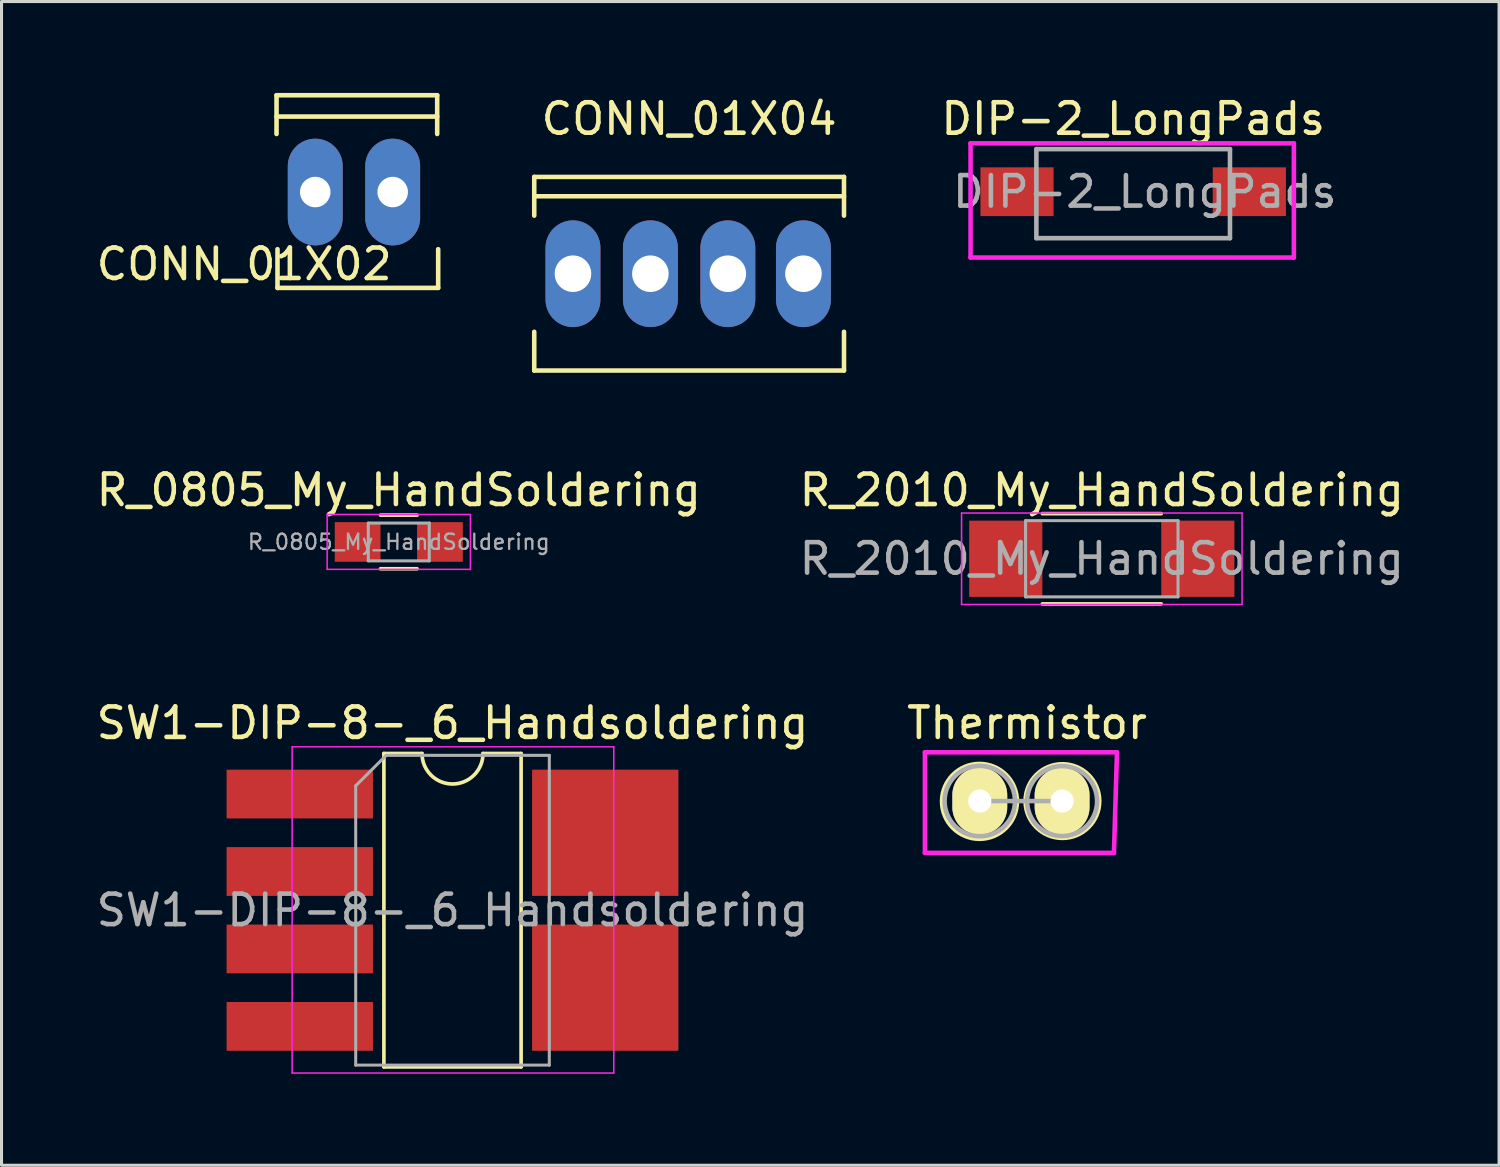
<source format=kicad_pcb>
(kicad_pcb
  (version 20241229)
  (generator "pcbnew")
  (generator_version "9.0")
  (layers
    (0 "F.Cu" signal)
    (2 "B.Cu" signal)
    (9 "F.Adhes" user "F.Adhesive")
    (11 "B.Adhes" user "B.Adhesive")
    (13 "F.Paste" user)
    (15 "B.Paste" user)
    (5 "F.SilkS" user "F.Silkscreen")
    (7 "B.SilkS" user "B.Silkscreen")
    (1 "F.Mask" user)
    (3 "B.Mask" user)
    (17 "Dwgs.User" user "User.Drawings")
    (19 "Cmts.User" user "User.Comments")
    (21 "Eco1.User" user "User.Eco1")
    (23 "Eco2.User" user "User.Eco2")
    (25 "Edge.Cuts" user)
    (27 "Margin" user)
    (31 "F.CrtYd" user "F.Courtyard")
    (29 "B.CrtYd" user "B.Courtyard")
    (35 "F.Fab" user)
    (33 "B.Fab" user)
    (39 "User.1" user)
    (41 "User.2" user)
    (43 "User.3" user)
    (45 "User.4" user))
  (footprint "R_2010_My_HandSoldering"
    (layer "F.Cu")
    (at 33.089 15.277)
    (property "Reference" "R_2010_My_HandSoldering" (at 0 -2.25 0) (layer "F.SilkS") (effects (font (size 1 1) (thickness 0.15))))
    (attr smd)
    (fp_line (start -1.95 -1.48) (end 1.95 -1.48) (stroke (width 0.12) (type solid)) (layer "F.SilkS"))
    (fp_line (start 1.95 1.48) (end -1.95 1.48) (stroke (width 0.12) (type solid)) (layer "F.SilkS"))
    (fp_line (start -4.6 -1.5) (end -4.6 1.5) (stroke (width 0.05) (type solid)) (layer "F.CrtYd"))
    (fp_line (start -4.6 -1.5) (end 4.6 -1.5) (stroke (width 0.05) (type solid)) (layer "F.CrtYd"))
    (fp_line (start 4.6 1.5) (end -4.6 1.5) (stroke (width 0.05) (type solid)) (layer "F.CrtYd"))
    (fp_line (start 4.6 1.5) (end 4.6 -1.5) (stroke (width 0.05) (type solid)) (layer "F.CrtYd"))
    (fp_line (start -2.5 -1.25) (end 2.5 -1.25) (stroke (width 0.1) (type solid)) (layer "F.Fab"))
    (fp_line (start -2.5 1.25) (end -2.5 -1.25) (stroke (width 0.1) (type solid)) (layer "F.Fab"))
    (fp_line (start 2.5 -1.25) (end 2.5 1.25) (stroke (width 0.1) (type solid)) (layer "F.Fab"))
    (fp_line (start 2.5 1.25) (end -2.5 1.25) (stroke (width 0.1) (type solid)) (layer "F.Fab"))
    (fp_text user "${REFERENCE}" (at 0 0 0) (layer "F.Fab") (effects (font (size 1 1) (thickness 0.15))))
    (pad "1" smd rect (at -3.15 0) (size 2.4 2.5) (layers "F.Cu" "F.Mask" "F.Paste"))
    (pad "2" smd rect (at 3.15 0) (size 2.4 2.5) (layers "F.Cu" "F.Mask" "F.Paste")))
  (footprint "R_0805_My_HandSoldering"
    (layer "F.Cu")
    (at 10.03 14.726)
    (property "Reference" "R_0805_My_HandSoldering" (at 0 -1.7 0) (layer "F.SilkS") (effects (font (size 1 1) (thickness 0.15))))
    (attr smd)
    (fp_line (start -0.6 -0.88) (end 0.6 -0.88) (stroke (width 0.12) (type solid)) (layer "F.SilkS"))
    (fp_line (start 0.6 0.88) (end -0.6 0.88) (stroke (width 0.12) (type solid)) (layer "F.SilkS"))
    (fp_line (start -2.35 -0.9) (end -2.35 0.9) (stroke (width 0.05) (type solid)) (layer "F.CrtYd"))
    (fp_line (start -2.35 -0.9) (end 2.35 -0.9) (stroke (width 0.05) (type solid)) (layer "F.CrtYd"))
    (fp_line (start 2.35 0.9) (end -2.35 0.9) (stroke (width 0.05) (type solid)) (layer "F.CrtYd"))
    (fp_line (start 2.35 0.9) (end 2.35 -0.9) (stroke (width 0.05) (type solid)) (layer "F.CrtYd"))
    (fp_line (start -1 -0.62) (end 1 -0.62) (stroke (width 0.1) (type solid)) (layer "F.Fab"))
    (fp_line (start -1 0.62) (end -1 -0.62) (stroke (width 0.1) (type solid)) (layer "F.Fab"))
    (fp_line (start 1 -0.62) (end 1 0.62) (stroke (width 0.1) (type solid)) (layer "F.Fab"))
    (fp_line (start 1 0.62) (end -1 0.62) (stroke (width 0.1) (type solid)) (layer "F.Fab"))
    (fp_text user "${REFERENCE}" (at 0 0 0) (layer "F.Fab") (effects (font (size 0.5 0.5) (thickness 0.075))))
    (pad "1" smd rect (at -1.35 0) (size 1.5 1.3) (layers "F.Cu" "F.Mask" "F.Paste"))
    (pad "2" smd rect (at 1.35 0) (size 1.5 1.3) (layers "F.Cu" "F.Mask" "F.Paste")))
  (footprint "CONN_01X04"
    (layer "F.Cu")
    (at 19.553 5.928)
    (property "Reference" "CONN_01X04" (at 0 -5.08 0) (layer "F.SilkS") (effects (font (size 1 1) (thickness 0.15))))
    (attr through_hole)
    (fp_line (start -5.08 -3.175) (end 5.08 -3.175) (stroke (width 0.15) (type solid)) (layer "F.SilkS"))
    (fp_line (start -5.08 -1.905) (end -5.08 -3.175) (stroke (width 0.15) (type solid)) (layer "F.SilkS"))
    (fp_line (start -5.08 3.175) (end -5.08 1.905) (stroke (width 0.15) (type solid)) (layer "F.SilkS"))
    (fp_line (start 5.08 -3.175) (end 5.08 -1.905) (stroke (width 0.15) (type solid)) (layer "F.SilkS"))
    (fp_line (start 5.08 -2.54) (end -5.08 -2.54) (stroke (width 0.15) (type solid)) (layer "F.SilkS"))
    (fp_line (start 5.08 1.905) (end 5.08 3.175) (stroke (width 0.15) (type solid)) (layer "F.SilkS"))
    (fp_line (start 5.08 3.175) (end -5.08 3.175) (stroke (width 0.15) (type solid)) (layer "F.SilkS"))
    (pad "1" thru_hole oval (at -3.81 0) (size 1.801 3.5) (drill 1.199) (layers "*.Cu" "*.Mask"))
    (pad "2" thru_hole oval (at -1.27 0) (size 1.801 3.5) (drill 1.199) (layers "*.Cu" "*.Mask"))
    (pad "3" thru_hole oval (at 1.27 0) (size 1.801 3.5) (drill 1.199) (layers "*.Cu" "*.Mask"))
    (pad "4" thru_hole oval (at 3.75 0) (size 1.801 3.5) (drill 1.199) (layers "*.Cu" "*.Mask")))
  (footprint "DIP-2_LongPads"
    (layer "F.Cu")
    (at 30.308 3.238)
    (property "Reference" "DIP-2_LongPads" (at 3.81 -2.39 0) (layer "F.SilkS") (effects (font (size 1 1) (thickness 0.15))))
    (attr through_hole)
    (fp_line (start -1.524 -1.587) (end 9.081 -1.587) (stroke (width 0.15) (type solid)) (layer "F.CrtYd"))
    (fp_line (start -1.524 2.159) (end -1.524 -1.587) (stroke (width 0.15) (type solid)) (layer "F.CrtYd"))
    (fp_line (start 9.081 -1.587) (end 9.081 2.159) (stroke (width 0.15) (type solid)) (layer "F.CrtYd"))
    (fp_line (start 9.081 2.159) (end -1.524 2.159) (stroke (width 0.15) (type solid)) (layer "F.CrtYd"))
    (fp_line (start 0.635 -1.397) (end 0.635 1.524) (stroke (width 0.15) (type solid)) (layer "F.Fab"))
    (fp_line (start 6.985 -1.397) (end 0.635 -1.397) (stroke (width 0.15) (type solid)) (layer "F.Fab"))
    (fp_line (start 6.985 1.524) (end 0.635 1.524) (stroke (width 0.15) (type solid)) (layer "F.Fab"))
    (fp_line (start 6.985 1.524) (end 6.985 -1.397) (stroke (width 0.15) (type solid)) (layer "F.Fab"))
    (fp_text user "${REFERENCE}" (at 4.191 0 0) (layer "F.Fab") (effects (font (size 1 1) (thickness 0.15))))
    (pad "1" smd rect (at 0 0) (size 2.4 1.6) (layers "F.Cu" "F.Mask" "F.Paste"))
    (pad "2" smd rect (at 7.62 0) (size 2.4 1.6) (layers "F.Cu" "F.Mask" "F.Paste")))
  (footprint "SW1-DIP-8-_6_Handsoldering"
    (layer "F.Cu")
    (at 7.982 22.995)
    (property "Reference" "SW1-DIP-8-_6_Handsoldering" (at 3.81 -2.33 0) (layer "F.SilkS") (effects (font (size 1 1) (thickness 0.15))))
    (attr through_hole)
    (fp_line (start 1.56 -1.33) (end 1.56 8.95) (stroke (width 0.12) (type solid)) (layer "F.SilkS"))
    (fp_line (start 1.56 8.95) (end 6.06 8.95) (stroke (width 0.12) (type solid)) (layer "F.SilkS"))
    (fp_line (start 2.81 -1.33) (end 1.56 -1.33) (stroke (width 0.12) (type solid)) (layer "F.SilkS"))
    (fp_line (start 6.06 -1.33) (end 4.81 -1.33) (stroke (width 0.12) (type solid)) (layer "F.SilkS"))
    (fp_line (start 6.06 8.95) (end 6.06 -1.33) (stroke (width 0.12) (type solid)) (layer "F.SilkS"))
    (fp_arc (start 4.81 -1.33) (mid 3.81 -0.33) (end 2.81 -1.33) (stroke (width 0.12) (type solid)) (layer "F.SilkS"))
    (fp_line (start -1.45 -1.55) (end -1.45 9.15) (stroke (width 0.05) (type solid)) (layer "F.CrtYd"))
    (fp_line (start -1.45 9.15) (end 9.1 9.15) (stroke (width 0.05) (type solid)) (layer "F.CrtYd"))
    (fp_line (start 9.1 -1.55) (end -1.45 -1.55) (stroke (width 0.05) (type solid)) (layer "F.CrtYd"))
    (fp_line (start 9.1 9.15) (end 9.1 -1.55) (stroke (width 0.05) (type solid)) (layer "F.CrtYd"))
    (fp_line (start 0.635 -0.27) (end 1.635 -1.27) (stroke (width 0.1) (type solid)) (layer "F.Fab"))
    (fp_line (start 0.635 8.89) (end 0.635 -0.27) (stroke (width 0.1) (type solid)) (layer "F.Fab"))
    (fp_line (start 1.635 -1.27) (end 6.985 -1.27) (stroke (width 0.1) (type solid)) (layer "F.Fab"))
    (fp_line (start 6.985 -1.27) (end 6.985 8.89) (stroke (width 0.1) (type solid)) (layer "F.Fab"))
    (fp_line (start 6.985 8.89) (end 0.635 8.89) (stroke (width 0.1) (type solid)) (layer "F.Fab"))
    (fp_text user "${REFERENCE}" (at 3.81 3.81 0) (layer "F.Fab") (effects (font (size 1 1) (thickness 0.15))))
    (pad "1" smd rect (at -1.2 7.62) (size 4.8 1.6) (layers "F.Cu" "F.Mask" "F.Paste"))
    (pad "2" smd rect (at 8.82 6.35) (size 4.8 4.14) (layers "F.Cu" "F.Mask" "F.Paste"))
    (pad "3" smd rect (at -1.2 5.08) (size 4.8 1.6) (layers "F.Cu" "F.Mask" "F.Paste"))
    (pad "4" smd rect (at -1.2 2.54) (size 4.8 1.6) (layers "F.Cu" "F.Mask" "F.Paste"))
    (pad "5" smd rect (at 8.82 1.27) (size 4.8 4.14) (layers "F.Cu" "F.Mask" "F.Paste"))
    (pad "6" smd rect (at -1.2 0) (size 4.8 1.6) (layers "F.Cu" "F.Mask" "F.Paste")))
  (footprint "CONN_01X02"
    (layer "F.Cu")
    (at 8.433 3.313)
    (property "Reference" "CONN_01X02" (at -3.475 2.3 0) (layer "F.SilkS") (effects (font (size 1 1) (thickness 0.15))))
    (attr through_hole)
    (fp_line (start -2.413 -3.239) (end 2.857 -3.239) (stroke (width 0.15) (type solid)) (layer "F.SilkS"))
    (fp_line (start -2.413 -2.54) (end 2.857 -2.54) (stroke (width 0.15) (type solid)) (layer "F.SilkS"))
    (fp_line (start -2.413 -1.968) (end -2.413 -3.239) (stroke (width 0.15) (type solid)) (layer "F.SilkS"))
    (fp_line (start -2.381 3.08) (end -2.381 1.81) (stroke (width 0.15) (type solid)) (layer "F.SilkS"))
    (fp_line (start 2.857 -3.239) (end 2.857 -1.968) (stroke (width 0.15) (type solid)) (layer "F.SilkS"))
    (fp_line (start 2.889 1.81) (end 2.889 3.08) (stroke (width 0.15) (type solid)) (layer "F.SilkS"))
    (fp_line (start 2.889 3.08) (end -2.381 3.08) (stroke (width 0.15) (type solid)) (layer "F.SilkS"))
    (pad "1" thru_hole oval (at -1.143 -0.064) (size 1.801 3.5) (drill 1) (layers "*.Cu" "*.Mask"))
    (pad "2" thru_hole oval (at 1.397 -0.064) (size 1.801 3.5) (drill 1) (layers "*.Cu" "*.Mask")))
  (footprint "Thermistor"
    (layer "F.Cu")
    (at 29.087 23.225)
    (property "Reference" "Thermistor" (at 1.55 -2.56 0) (layer "F.SilkS") (effects (font (size 1 1) (thickness 0.15))))
    (attr through_hole)
    (fp_line (start 0.86 0) (end 0.9 0) (stroke (width 0.12) (type solid)) (layer "F.SilkS"))
    (fp_circle (center -0.01 0.01) (end 1.05 -0.61) (stroke (width 0.15) (type solid)) (fill no) (layer "F.SilkS"))
    (fp_circle (center 2.71 0) (end 3.43 -0.97) (stroke (width 0.15) (type solid)) (fill no) (layer "F.SilkS"))
    (fp_line (start -1.8 -1.6) (end 4.5 -1.6) (stroke (width 0.15) (type solid)) (layer "F.CrtYd"))
    (fp_line (start -1.8 1.7) (end -1.8 -1.6) (stroke (width 0.15) (type solid)) (layer "F.CrtYd"))
    (fp_line (start 4.4 1.7) (end -1.8 1.7) (stroke (width 0.15) (type solid)) (layer "F.CrtYd"))
    (fp_line (start 4.5 -1.6) (end 4.4 1.7) (stroke (width 0.15) (type solid)) (layer "F.CrtYd"))
    (fp_line (start 0 0) (end 2.7 0) (stroke (width 0.15) (type solid)) (layer "F.Fab"))
    (fp_circle (center 0 0) (end 0.35 -1.1) (stroke (width 0.15) (type solid)) (fill no) (layer "F.Fab"))
    (fp_circle (center 2.7 0) (end 3.4 -0.91) (stroke (width 0.15) (type solid)) (fill no) (layer "F.Fab"))
    (pad "1" thru_hole oval (at 0 0) (size 1.8 2.2) (drill 0.762) (layers "*.Cu" "*.Mask" "F.SilkS"))
    (pad "2" thru_hole oval (at 2.7 0) (size 1.8 2.2) (drill 0.762) (layers "*.Cu" "*.Mask" "F.SilkS")))
  (gr_rect
    (start -3 -3)
    (end 46.119 35.17)
    (stroke (width 0.1) (type default))
    (fill no)
    (layer "Edge.Cuts")))
</source>
